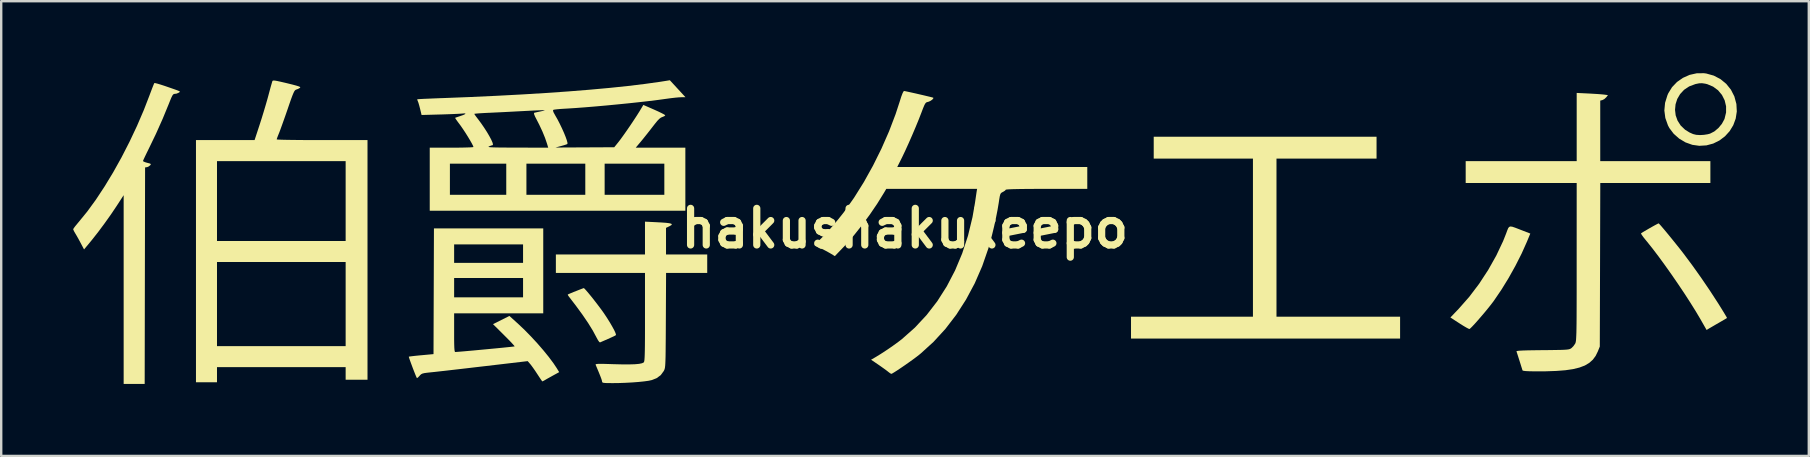
<source format=kicad_pcb>
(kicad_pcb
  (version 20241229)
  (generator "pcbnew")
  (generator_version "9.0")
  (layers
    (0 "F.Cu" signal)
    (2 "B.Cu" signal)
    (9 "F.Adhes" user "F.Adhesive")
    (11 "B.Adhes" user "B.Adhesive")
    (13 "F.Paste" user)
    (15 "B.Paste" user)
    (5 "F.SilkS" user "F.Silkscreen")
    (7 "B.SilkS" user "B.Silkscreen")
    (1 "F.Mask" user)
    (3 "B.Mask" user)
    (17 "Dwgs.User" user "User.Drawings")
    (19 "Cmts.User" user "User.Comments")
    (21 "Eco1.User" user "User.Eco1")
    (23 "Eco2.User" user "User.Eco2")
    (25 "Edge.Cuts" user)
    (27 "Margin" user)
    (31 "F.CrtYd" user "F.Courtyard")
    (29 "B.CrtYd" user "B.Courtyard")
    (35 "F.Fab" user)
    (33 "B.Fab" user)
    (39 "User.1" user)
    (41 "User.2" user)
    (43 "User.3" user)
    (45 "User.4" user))
  (footprint "hakushakukeepo"
    (layer "F.Cu")
    (at 34.649 6.466)
    (property "Reference" "hakushakukeepo" (at 0 0 0) (layer "F.SilkS") (effects (font (size 1.524 1.524) (thickness 0.3))))
    (attr board_only exclude_from_pos_files exclude_from_bom)
    (fp_poly (pts (xy 19.654 -2.908) (xy 15.485 -2.908) (xy 15.485 3.679) (xy 20.635 3.679) (xy 20.635 4.59) (xy 9.424 4.59) (xy 9.424 3.679) (xy 14.504 3.679) (xy 14.504 -2.908) (xy 10.37 -2.908) (xy 10.37 -3.819) (xy 19.654 -3.819)) (stroke (width 0) (type solid)) (fill yes) (layer "F.SilkS"))
    (fp_poly (pts (xy 25.309 -0.07) (xy 25.425 -0.031) (xy 25.591 0.033) (xy 25.691 0.072) (xy 26.06 0.215) (xy 25.92 0.554) (xy 25.7 1.046) (xy 25.441 1.557) (xy 25.156 2.068) (xy 24.856 2.555) (xy 24.554 2.999) (xy 24.499 3.074) (xy 24.399 3.204) (xy 24.278 3.355) (xy 24.144 3.517) (xy 24.005 3.68) (xy 23.87 3.836) (xy 23.746 3.975) (xy 23.641 4.087) (xy 23.565 4.162) (xy 23.526 4.193) (xy 23.485 4.179) (xy 23.397 4.133) (xy 23.276 4.062) (xy 23.134 3.973) (xy 23.111 3.958) (xy 22.731 3.712) (xy 23.077 3.35) (xy 23.515 2.853) (xy 23.928 2.308) (xy 24.307 1.728) (xy 24.643 1.131) (xy 24.927 0.53) (xy 25.051 0.218) (xy 25.099 0.087) (xy 25.136 -0.004) (xy 25.176 -0.059) (xy 25.23 -0.08)) (stroke (width 0) (type solid)) (fill yes) (layer "F.SilkS"))
    (fp_poly (pts (xy -13.342 2.514) (xy -13.275 2.587) (xy -13.181 2.697) (xy -13.069 2.833) (xy -12.947 2.987) (xy -12.822 3.148) (xy -12.702 3.307) (xy -12.594 3.454) (xy -12.535 3.538) (xy -12.405 3.734) (xy -12.287 3.923) (xy -12.186 4.097) (xy -12.106 4.245) (xy -12.054 4.36) (xy -12.034 4.431) (xy -12.039 4.448) (xy -12.087 4.476) (xy -12.198 4.529) (xy -12.372 4.608) (xy -12.611 4.712) (xy -12.701 4.751) (xy -12.733 4.729) (xy -12.783 4.659) (xy -12.842 4.553) (xy -12.85 4.537) (xy -13.001 4.256) (xy -13.195 3.942) (xy -13.434 3.591) (xy -13.72 3.201) (xy -13.992 2.848) (xy -14.034 2.787) (xy -14.044 2.755) (xy -14.044 2.755) (xy -14.004 2.736) (xy -13.917 2.699) (xy -13.801 2.651) (xy -13.672 2.6) (xy -13.548 2.551) (xy -13.447 2.512) (xy -13.385 2.49) (xy -13.375 2.487)) (stroke (width 0) (type solid)) (fill yes) (layer "F.SilkS"))
    (fp_poly (pts (xy 31.435 -0.184) (xy 31.501 -0.112) (xy 31.596 -0.001) (xy 31.714 0.139) (xy 31.847 0.301) (xy 31.989 0.475) (xy 32.133 0.654) (xy 32.272 0.828) (xy 32.399 0.99) (xy 32.446 1.051) (xy 32.805 1.532) (xy 33.173 2.049) (xy 33.532 2.576) (xy 33.863 3.085) (xy 33.904 3.149) (xy 34.015 3.327) (xy 34.111 3.483) (xy 34.187 3.609) (xy 34.237 3.695) (xy 34.256 3.732) (xy 34.256 3.733) (xy 34.223 3.753) (xy 34.143 3.801) (xy 34.029 3.867) (xy 33.931 3.924) (xy 33.786 4.007) (xy 33.653 4.085) (xy 33.55 4.145) (xy 33.51 4.168) (xy 33.405 4.232) (xy 33.143 3.773) (xy 32.95 3.448) (xy 32.725 3.088) (xy 32.476 2.703) (xy 32.21 2.307) (xy 31.936 1.909) (xy 31.662 1.523) (xy 31.397 1.16) (xy 31.147 0.832) (xy 30.922 0.55) (xy 30.869 0.486) (xy 30.779 0.375) (xy 30.712 0.282) (xy 30.676 0.223) (xy 30.674 0.208) (xy 30.708 0.183) (xy 30.789 0.133) (xy 30.901 0.067) (xy 31.029 -0.007) (xy 31.158 -0.08) (xy 31.274 -0.144) (xy 31.362 -0.19) (xy 31.405 -0.21) (xy 31.406 -0.21)) (stroke (width 0) (type solid)) (fill yes) (layer "F.SilkS"))
    (fp_poly (pts (xy 33.392 -6.453) (xy 33.703 -6.366) (xy 33.983 -6.22) (xy 34.224 -6.022) (xy 34.419 -5.779) (xy 34.562 -5.499) (xy 34.646 -5.186) (xy 34.647 -5.184) (xy 34.664 -4.872) (xy 34.618 -4.575) (xy 34.517 -4.3) (xy 34.366 -4.052) (xy 34.172 -3.838) (xy 33.942 -3.664) (xy 33.682 -3.535) (xy 33.399 -3.459) (xy 33.1 -3.441) (xy 32.81 -3.482) (xy 32.525 -3.584) (xy 32.262 -3.741) (xy 32.034 -3.943) (xy 31.855 -4.179) (xy 31.796 -4.29) (xy 31.686 -4.6) (xy 31.645 -4.914) (xy 31.648 -4.94) (xy 32.09 -4.94) (xy 32.117 -4.71) (xy 32.196 -4.489) (xy 32.326 -4.286) (xy 32.509 -4.111) (xy 32.695 -3.996) (xy 32.841 -3.931) (xy 32.97 -3.899) (xy 33.122 -3.889) (xy 33.142 -3.889) (xy 33.297 -3.898) (xy 33.454 -3.923) (xy 33.548 -3.948) (xy 33.726 -4.039) (xy 33.898 -4.183) (xy 34.044 -4.36) (xy 34.148 -4.552) (xy 34.153 -4.566) (xy 34.217 -4.829) (xy 34.217 -5.088) (xy 34.158 -5.335) (xy 34.045 -5.56) (xy 33.883 -5.754) (xy 33.677 -5.906) (xy 33.433 -6.009) (xy 33.347 -6.03) (xy 33.215 -6.049) (xy 33.095 -6.045) (xy 32.952 -6.016) (xy 32.933 -6.011) (xy 32.678 -5.915) (xy 32.467 -5.774) (xy 32.302 -5.596) (xy 32.183 -5.393) (xy 32.112 -5.171) (xy 32.09 -4.94) (xy 31.648 -4.94) (xy 31.675 -5.231) (xy 31.775 -5.552) (xy 31.808 -5.627) (xy 31.965 -5.883) (xy 32.173 -6.101) (xy 32.421 -6.273) (xy 32.697 -6.396) (xy 32.991 -6.462) (xy 33.292 -6.466)) (stroke (width 0) (type solid)) (fill yes) (layer "F.SilkS"))
    (fp_poly (pts (xy -26.244 -6.158) (xy -26.147 -6.141) (xy -26.005 -6.11) (xy -25.807 -6.064) (xy -25.736 -6.047) (xy -25.521 -5.994) (xy -25.367 -5.953) (xy -25.265 -5.922) (xy -25.208 -5.898) (xy -25.188 -5.878) (xy -25.197 -5.859) (xy -25.2 -5.857) (xy -25.276 -5.813) (xy -25.35 -5.786) (xy -25.381 -5.773) (xy -25.41 -5.75) (xy -25.44 -5.706) (xy -25.475 -5.634) (xy -25.519 -5.527) (xy -25.575 -5.376) (xy -25.646 -5.172) (xy -25.714 -4.973) (xy -25.796 -4.736) (xy -25.877 -4.507) (xy -25.951 -4.3) (xy -26.014 -4.127) (xy -26.061 -4.001) (xy -26.077 -3.962) (xy -26.124 -3.845) (xy -26.158 -3.754) (xy -26.171 -3.708) (xy -26.171 -3.708) (xy -26.137 -3.702) (xy -26.039 -3.697) (xy -25.884 -3.692) (xy -25.678 -3.688) (xy -25.428 -3.685) (xy -25.139 -3.682) (xy -24.819 -3.68) (xy -24.473 -3.679) (xy -24.279 -3.679) (xy -22.387 -3.679) (xy -22.387 6.306) (xy -23.298 6.306) (xy -23.298 5.781) (xy -28.658 5.781) (xy -28.658 6.411) (xy -29.534 6.411) (xy -29.534 4.905) (xy -28.658 4.905) (xy -23.298 4.905) (xy -23.298 1.401) (xy -28.658 1.401) (xy -28.658 4.905) (xy -29.534 4.905) (xy -29.534 0.526) (xy -28.658 0.526) (xy -23.298 0.526) (xy -23.298 -2.803) (xy -28.658 -2.803) (xy -28.658 0.526) (xy -29.534 0.526) (xy -29.534 -3.679) (xy -27.092 -3.679) (xy -26.882 -4.318) (xy -26.801 -4.571) (xy -26.715 -4.851) (xy -26.631 -5.133) (xy -26.557 -5.39) (xy -26.522 -5.518) (xy -26.471 -5.709) (xy -26.425 -5.88) (xy -26.386 -6.016) (xy -26.36 -6.106) (xy -26.351 -6.134) (xy -26.336 -6.153) (xy -26.303 -6.161)) (stroke (width 0) (type solid)) (fill yes) (layer "F.SilkS"))
    (fp_poly (pts (xy -31.228 -6.053) (xy -31.136 -6.03) (xy -31.003 -5.99) (xy -30.843 -5.938) (xy -30.802 -5.924) (xy -30.582 -5.848) (xy -30.421 -5.792) (xy -30.311 -5.752) (xy -30.243 -5.724) (xy -30.21 -5.705) (xy -30.204 -5.691) (xy -30.217 -5.678) (xy -30.242 -5.661) (xy -30.25 -5.655) (xy -30.339 -5.616) (xy -30.41 -5.606) (xy -30.449 -5.601) (xy -30.483 -5.58) (xy -30.518 -5.533) (xy -30.56 -5.448) (xy -30.615 -5.316) (xy -30.67 -5.178) (xy -30.92 -4.57) (xy -31.199 -3.945) (xy -31.491 -3.339) (xy -31.494 -3.333) (xy -31.578 -3.162) (xy -31.65 -3.013) (xy -31.705 -2.896) (xy -31.736 -2.824) (xy -31.741 -2.807) (xy -31.71 -2.781) (xy -31.631 -2.751) (xy -31.564 -2.732) (xy -31.463 -2.706) (xy -31.418 -2.684) (xy -31.42 -2.657) (xy -31.445 -2.626) (xy -31.522 -2.57) (xy -31.578 -2.551) (xy -31.654 -2.54) (xy -31.663 1.971) (xy -31.671 6.481) (xy -32.547 6.481) (xy -32.547 -1.384) (xy -32.83 -0.948) (xy -33.069 -0.592) (xy -33.332 -0.222) (xy -33.601 0.14) (xy -33.861 0.471) (xy -33.956 0.587) (xy -34.197 0.876) (xy -34.341 0.604) (xy -34.418 0.461) (xy -34.494 0.325) (xy -34.556 0.22) (xy -34.567 0.202) (xy -34.617 0.114) (xy -34.646 0.048) (xy -34.649 0.034) (xy -34.627 -0.007) (xy -34.569 -0.086) (xy -34.483 -0.191) (xy -34.422 -0.264) (xy -34.065 -0.701) (xy -33.703 -1.198) (xy -33.341 -1.747) (xy -32.983 -2.337) (xy -32.636 -2.959) (xy -32.305 -3.605) (xy -31.993 -4.266) (xy -31.707 -4.931) (xy -31.475 -5.53) (xy -31.409 -5.706) (xy -31.351 -5.858) (xy -31.305 -5.974) (xy -31.275 -6.043) (xy -31.268 -6.056)) (stroke (width 0) (type solid)) (fill yes) (layer "F.SilkS"))
    (fp_poly (pts (xy -10.414 -0.261) (xy -10.15 -0.247) (xy -9.952 -0.233) (xy -9.815 -0.216) (xy -9.734 -0.195) (xy -9.706 -0.17) (xy -9.726 -0.139) (xy -9.789 -0.1) (xy -9.827 -0.081) (xy -9.95 -0.022) (xy -9.95 1.086) (xy -8.233 1.086) (xy -8.233 1.857) (xy -9.947 1.857) (xy -9.957 3.828) (xy -9.959 4.249) (xy -9.961 4.605) (xy -9.964 4.904) (xy -9.966 5.149) (xy -9.969 5.348) (xy -9.974 5.506) (xy -9.979 5.628) (xy -9.985 5.721) (xy -9.993 5.791) (xy -10.003 5.842) (xy -10.015 5.881) (xy -10.03 5.914) (xy -10.046 5.945) (xy -10.171 6.115) (xy -10.343 6.241) (xy -10.545 6.32) (xy -10.679 6.349) (xy -10.87 6.375) (xy -11.105 6.399) (xy -11.371 6.419) (xy -11.654 6.434) (xy -11.942 6.444) (xy -12.166 6.446) (xy -12.351 6.445) (xy -12.476 6.442) (xy -12.555 6.434) (xy -12.596 6.42) (xy -12.611 6.4) (xy -12.613 6.385) (xy -12.621 6.343) (xy -12.644 6.268) (xy -12.687 6.154) (xy -12.752 5.993) (xy -12.842 5.778) (xy -12.883 5.68) (xy -12.881 5.664) (xy -12.853 5.652) (xy -12.792 5.646) (xy -12.69 5.643) (xy -12.539 5.645) (xy -12.331 5.651) (xy -12.15 5.657) (xy -11.785 5.666) (xy -11.486 5.667) (xy -11.25 5.66) (xy -11.072 5.644) (xy -10.951 5.619) (xy -10.881 5.586) (xy -10.876 5.581) (xy -10.865 5.561) (xy -10.855 5.522) (xy -10.847 5.459) (xy -10.841 5.366) (xy -10.836 5.238) (xy -10.832 5.069) (xy -10.829 4.855) (xy -10.827 4.589) (xy -10.826 4.266) (xy -10.826 3.88) (xy -10.826 3.694) (xy -10.826 1.857) (xy -14.539 1.857) (xy -14.539 1.086) (xy -10.826 1.086) (xy -10.826 -0.281)) (stroke (width 0) (type solid)) (fill yes) (layer "F.SilkS"))
    (fp_poly (pts (xy 28.492 -5.62) (xy 28.686 -5.609) (xy 28.869 -5.598) (xy 29.022 -5.586) (xy 29.127 -5.576) (xy 29.143 -5.574) (xy 29.295 -5.553) (xy 29.223 -5.461) (xy 29.145 -5.388) (xy 29.062 -5.346) (xy 28.974 -5.324) (xy 28.974 -2.803) (xy 33.563 -2.803) (xy 33.563 -1.892) (xy 28.976 -1.892) (xy 28.966 1.515) (xy 28.956 4.922) (xy 28.873 5.128) (xy 28.782 5.313) (xy 28.665 5.471) (xy 28.517 5.603) (xy 28.334 5.712) (xy 28.11 5.797) (xy 27.841 5.863) (xy 27.52 5.91) (xy 27.144 5.939) (xy 26.707 5.954) (xy 26.434 5.956) (xy 26.183 5.955) (xy 25.995 5.951) (xy 25.863 5.944) (xy 25.78 5.934) (xy 25.74 5.92) (xy 25.734 5.912) (xy 25.719 5.862) (xy 25.687 5.761) (xy 25.645 5.626) (xy 25.611 5.518) (xy 25.563 5.368) (xy 25.523 5.242) (xy 25.494 5.154) (xy 25.483 5.125) (xy 25.494 5.113) (xy 25.542 5.102) (xy 25.632 5.094) (xy 25.77 5.087) (xy 25.961 5.081) (xy 26.21 5.077) (xy 26.524 5.073) (xy 26.569 5.073) (xy 26.877 5.07) (xy 27.123 5.066) (xy 27.314 5.063) (xy 27.459 5.058) (xy 27.566 5.051) (xy 27.642 5.042) (xy 27.695 5.03) (xy 27.733 5.014) (xy 27.764 4.995) (xy 27.771 4.99) (xy 27.856 4.907) (xy 27.928 4.804) (xy 27.931 4.797) (xy 27.942 4.773) (xy 27.951 4.742) (xy 27.959 4.699) (xy 27.966 4.64) (xy 27.971 4.561) (xy 27.976 4.458) (xy 27.981 4.325) (xy 27.984 4.159) (xy 27.987 3.955) (xy 27.989 3.71) (xy 27.99 3.419) (xy 27.991 3.077) (xy 27.992 2.68) (xy 27.992 2.224) (xy 27.992 1.705) (xy 27.992 1.393) (xy 27.993 -1.892) (xy 23.368 -1.892) (xy 23.368 -2.803) (xy 27.993 -2.803) (xy 27.993 -5.644)) (stroke (width 0) (type solid)) (fill yes) (layer "F.SilkS"))
    (fp_poly (pts (xy -15.065 3.538) (xy -18.778 3.538) (xy -18.778 4.344) (xy -18.778 4.615) (xy -18.775 4.823) (xy -18.77 4.973) (xy -18.762 5.073) (xy -18.751 5.13) (xy -18.737 5.15) (xy -18.735 5.15) (xy -18.678 5.147) (xy -18.564 5.138) (xy -18.402 5.125) (xy -18.203 5.107) (xy -17.976 5.087) (xy -17.731 5.064) (xy -17.476 5.04) (xy -17.222 5.016) (xy -16.979 4.993) (xy -16.756 4.971) (xy -16.563 4.951) (xy -16.409 4.935) (xy -16.304 4.923) (xy -16.258 4.917) (xy -16.257 4.916) (xy -16.275 4.888) (xy -16.336 4.819) (xy -16.432 4.716) (xy -16.556 4.589) (xy -16.699 4.446) (xy -17.158 3.99) (xy -16.475 3.647) (xy -16.094 3.992) (xy -15.837 4.236) (xy -15.573 4.506) (xy -15.31 4.79) (xy -15.061 5.078) (xy -14.835 5.356) (xy -14.643 5.613) (xy -14.507 5.816) (xy -14.401 5.989) (xy -14.637 6.118) (xy -14.768 6.191) (xy -14.891 6.259) (xy -14.979 6.31) (xy -14.981 6.312) (xy -15.056 6.354) (xy -15.101 6.374) (xy -15.104 6.374) (xy -15.127 6.346) (xy -15.18 6.27) (xy -15.252 6.161) (xy -15.31 6.073) (xy -15.405 5.929) (xy -15.499 5.795) (xy -15.578 5.688) (xy -15.608 5.652) (xy -15.713 5.53) (xy -17.517 5.742) (xy -17.881 5.784) (xy -18.236 5.826) (xy -18.574 5.865) (xy -18.887 5.901) (xy -19.165 5.933) (xy -19.401 5.959) (xy -19.586 5.98) (xy -19.711 5.993) (xy -19.724 5.994) (xy -19.899 6.013) (xy -20.018 6.029) (xy -20.097 6.049) (xy -20.15 6.075) (xy -20.193 6.113) (xy -20.22 6.144) (xy -20.281 6.208) (xy -20.323 6.237) (xy -20.329 6.236) (xy -20.35 6.195) (xy -20.388 6.106) (xy -20.437 5.982) (xy -20.493 5.839) (xy -20.548 5.691) (xy -20.599 5.553) (xy -20.639 5.44) (xy -20.663 5.366) (xy -20.666 5.345) (xy -20.628 5.337) (xy -20.534 5.325) (xy -20.394 5.309) (xy -20.223 5.292) (xy -20.145 5.285) (xy -19.637 5.238) (xy -19.629 2.873) (xy -18.778 2.873) (xy -15.906 2.873) (xy -15.906 2.067) (xy -18.778 2.067) (xy -18.778 2.873) (xy -19.629 2.873) (xy -19.628 2.619) (xy -19.624 1.436) (xy -18.778 1.436) (xy -15.906 1.436) (xy -15.906 0.666) (xy -18.778 0.666) (xy -18.778 1.436) (xy -19.624 1.436) (xy -19.619 0) (xy -15.065 0)) (stroke (width 0) (type solid)) (fill yes) (layer "F.SilkS"))
    (fp_poly (pts (xy 0.021 -5.716) (xy 0.125 -5.694) (xy 0.266 -5.663) (xy 0.433 -5.626) (xy 0.61 -5.585) (xy 0.784 -5.545) (xy 0.943 -5.507) (xy 1.072 -5.476) (xy 1.159 -5.453) (xy 1.188 -5.444) (xy 1.184 -5.409) (xy 1.136 -5.359) (xy 1.063 -5.31) (xy 0.984 -5.275) (xy 0.964 -5.27) (xy 0.917 -5.259) (xy 0.88 -5.236) (xy 0.845 -5.193) (xy 0.806 -5.116) (xy 0.757 -4.997) (xy 0.691 -4.824) (xy 0.684 -4.806) (xy 0.575 -4.526) (xy 0.445 -4.21) (xy 0.303 -3.876) (xy 0.157 -3.544) (xy 0.016 -3.234) (xy -0.112 -2.965) (xy -0.145 -2.899) (xy -0.316 -2.558) (xy 7.602 -2.558) (xy 7.602 -1.647) (xy 5.903 -1.647) (xy 5.454 -1.646) (xy 5.073 -1.644) (xy 4.761 -1.64) (xy 4.518 -1.635) (xy 4.344 -1.628) (xy 4.239 -1.62) (xy 4.204 -1.611) (xy 4.176 -1.574) (xy 4.105 -1.529) (xy 4.087 -1.52) (xy 4.038 -1.494) (xy 4.002 -1.464) (xy 3.977 -1.417) (xy 3.956 -1.339) (xy 3.935 -1.217) (xy 3.911 -1.056) (xy 3.862 -0.766) (xy 3.796 -0.432) (xy 3.718 -0.076) (xy 3.632 0.28) (xy 3.544 0.614) (xy 3.482 0.829) (xy 3.224 1.574) (xy 2.913 2.287) (xy 2.551 2.964) (xy 2.143 3.599) (xy 1.69 4.189) (xy 1.196 4.727) (xy 0.665 5.21) (xy 0.595 5.267) (xy 0.478 5.358) (xy 0.334 5.465) (xy 0.172 5.581) (xy 0.004 5.699) (xy -0.16 5.811) (xy -0.309 5.911) (xy -0.433 5.99) (xy -0.521 6.043) (xy -0.563 6.061) (xy -0.605 6.04) (xy -0.675 5.989) (xy -0.694 5.973) (xy -0.768 5.916) (xy -0.882 5.833) (xy -1.017 5.737) (xy -1.102 5.678) (xy -1.406 5.471) (xy -1.237 5.374) (xy -1.014 5.238) (xy -0.761 5.073) (xy -0.503 4.896) (xy -0.265 4.723) (xy -0.116 4.608) (xy 0.418 4.135) (xy 0.908 3.61) (xy 1.352 3.035) (xy 1.748 2.414) (xy 2.094 1.75) (xy 2.389 1.046) (xy 2.632 0.305) (xy 2.82 -0.471) (xy 2.924 -1.069) (xy 2.948 -1.235) (xy 2.97 -1.385) (xy 2.987 -1.499) (xy 2.995 -1.55) (xy 3.011 -1.647) (xy -0.772 -1.647) (xy -0.868 -1.484) (xy -1.143 -1.04) (xy -1.451 -0.586) (xy -1.779 -0.14) (xy -2.115 0.282) (xy -2.445 0.662) (xy -2.575 0.8) (xy -2.916 1.155) (xy -3.061 1.066) (xy -3.161 1.008) (xy -3.298 0.933) (xy -3.448 0.855) (xy -3.49 0.833) (xy -3.774 0.69) (xy -3.552 0.482) (xy -3.389 0.319) (xy -3.198 0.115) (xy -2.995 -0.116) (xy -2.791 -0.358) (xy -2.6 -0.597) (xy -2.53 -0.688) (xy -2.113 -1.28) (xy -1.709 -1.926) (xy -1.327 -2.612) (xy -0.974 -3.324) (xy -0.657 -4.045) (xy -0.384 -4.762) (xy -0.217 -5.273) (xy -0.15 -5.485) (xy -0.095 -5.63) (xy -0.054 -5.708) (xy -0.031 -5.725)) (stroke (width 0) (type solid)) (fill yes) (layer "F.SilkS"))
    (fp_poly (pts (xy -9.464 -5.819) (xy -9.138 -5.465) (xy -9.314 -5.465) (xy -9.417 -5.46) (xy -9.569 -5.446) (xy -9.75 -5.425) (xy -9.941 -5.399) (xy -9.957 -5.397) (xy -10.27 -5.354) (xy -10.64 -5.308) (xy -11.054 -5.261) (xy -11.499 -5.213) (xy -11.961 -5.167) (xy -12.428 -5.122) (xy -12.887 -5.081) (xy -13.323 -5.045) (xy -13.725 -5.015) (xy -14.08 -4.992) (xy -14.16 -4.988) (xy -14.332 -4.977) (xy -14.48 -4.964) (xy -14.589 -4.951) (xy -14.645 -4.939) (xy -14.647 -4.938) (xy -14.659 -4.903) (xy -14.633 -4.829) (xy -14.566 -4.708) (xy -14.566 -4.707) (xy -14.47 -4.54) (xy -14.375 -4.356) (xy -14.284 -4.166) (xy -14.201 -3.981) (xy -14.133 -3.813) (xy -14.083 -3.672) (xy -14.056 -3.57) (xy -14.058 -3.518) (xy -14.059 -3.517) (xy -14.1 -3.499) (xy -14.191 -3.469) (xy -14.311 -3.435) (xy -14.318 -3.433) (xy -14.557 -3.369) (xy -13.332 -3.375) (xy -12.107 -3.381) (xy -11.937 -3.591) (xy -11.845 -3.711) (xy -11.725 -3.877) (xy -11.587 -4.073) (xy -11.441 -4.285) (xy -11.298 -4.499) (xy -11.166 -4.701) (xy -11.055 -4.877) (xy -11.024 -4.928) (xy -10.894 -5.145) (xy -10.44 -4.946) (xy -10.276 -4.872) (xy -10.139 -4.806) (xy -10.038 -4.753) (xy -9.987 -4.719) (xy -9.982 -4.712) (xy -10.011 -4.681) (xy -10.084 -4.648) (xy -10.102 -4.642) (xy -10.163 -4.615) (xy -10.23 -4.564) (xy -10.312 -4.48) (xy -10.416 -4.352) (xy -10.504 -4.239) (xy -10.634 -4.071) (xy -10.774 -3.894) (xy -10.905 -3.73) (xy -10.998 -3.617) (xy -11.212 -3.363) (xy -9.144 -3.363) (xy -9.144 -0.736) (xy -19.794 -0.736) (xy -19.794 -1.401) (xy -18.954 -1.401) (xy -16.606 -1.401) (xy -15.766 -1.401) (xy -13.313 -1.401) (xy -12.507 -1.401) (xy -10.02 -1.401) (xy -10.02 -2.698) (xy -12.507 -2.698) (xy -12.507 -1.401) (xy -13.313 -1.401) (xy -13.313 -2.698) (xy -15.766 -2.698) (xy -15.766 -1.401) (xy -16.606 -1.401) (xy -16.606 -2.698) (xy -18.954 -2.698) (xy -18.954 -1.401) (xy -19.794 -1.401) (xy -19.794 -3.363) (xy -18.884 -3.363) (xy -18.639 -3.364) (xy -18.42 -3.367) (xy -18.234 -3.372) (xy -18.092 -3.377) (xy -18.001 -3.384) (xy -17.973 -3.391) (xy -17.991 -3.443) (xy -18.041 -3.541) (xy -18.115 -3.671) (xy -18.205 -3.821) (xy -18.303 -3.978) (xy -18.403 -4.129) (xy -18.495 -4.263) (xy -18.538 -4.322) (xy -18.626 -4.439) (xy -18.693 -4.533) (xy -18.731 -4.592) (xy -18.737 -4.606) (xy -18.7 -4.621) (xy -18.617 -4.649) (xy -18.533 -4.677) (xy -18.399 -4.724) (xy -18.322 -4.761) (xy -18.315 -4.771) (xy -17.938 -4.771) (xy -17.918 -4.736) (xy -17.865 -4.661) (xy -17.791 -4.564) (xy -17.785 -4.557) (xy -17.653 -4.379) (xy -17.527 -4.196) (xy -17.411 -4.016) (xy -17.312 -3.847) (xy -17.233 -3.7) (xy -17.181 -3.581) (xy -17.159 -3.501) (xy -17.173 -3.467) (xy -17.176 -3.467) (xy -17.236 -3.452) (xy -17.322 -3.418) (xy -17.325 -3.417) (xy -17.345 -3.405) (xy -17.342 -3.394) (xy -17.31 -3.386) (xy -17.242 -3.38) (xy -17.134 -3.375) (xy -16.98 -3.371) (xy -16.773 -3.369) (xy -16.508 -3.367) (xy -16.18 -3.366) (xy -16.144 -3.366) (xy -14.858 -3.363) (xy -14.909 -3.533) (xy -14.99 -3.77) (xy -15.1 -4.039) (xy -15.23 -4.317) (xy -15.33 -4.512) (xy -15.408 -4.664) (xy -15.447 -4.762) (xy -15.449 -4.811) (xy -15.442 -4.816) (xy -15.385 -4.83) (xy -15.284 -4.852) (xy -15.193 -4.871) (xy -15.088 -4.894) (xy -15.019 -4.914) (xy -15.002 -4.924) (xy -15.039 -4.926) (xy -15.137 -4.923) (xy -15.285 -4.918) (xy -15.475 -4.91) (xy -15.698 -4.899) (xy -15.907 -4.888) (xy -16.192 -4.873) (xy -16.491 -4.857) (xy -16.786 -4.842) (xy -17.058 -4.829) (xy -17.287 -4.818) (xy -17.368 -4.815) (xy -17.559 -4.805) (xy -17.723 -4.795) (xy -17.847 -4.785) (xy -17.922 -4.776) (xy -17.938 -4.771) (xy -18.315 -4.771) (xy -18.305 -4.785) (xy -18.351 -4.792) (xy -18.428 -4.786) (xy -18.51 -4.78) (xy -18.649 -4.772) (xy -18.832 -4.764) (xy -19.046 -4.756) (xy -19.279 -4.748) (xy -19.36 -4.746) (xy -20.134 -4.725) (xy -20.196 -4.981) (xy -20.231 -5.115) (xy -20.264 -5.229) (xy -20.29 -5.298) (xy -20.292 -5.302) (xy -20.314 -5.359) (xy -20.313 -5.379) (xy -20.276 -5.383) (xy -20.178 -5.39) (xy -20.027 -5.398) (xy -19.832 -5.406) (xy -19.602 -5.416) (xy -19.346 -5.426) (xy -19.25 -5.429) (xy -18.1 -5.474) (xy -16.998 -5.525) (xy -15.947 -5.581) (xy -14.949 -5.642) (xy -14.006 -5.708) (xy -13.121 -5.779) (xy -12.295 -5.854) (xy -11.532 -5.934) (xy -10.833 -6.019) (xy -10.2 -6.107) (xy -9.931 -6.15) (xy -9.79 -6.173)) (stroke (width 0) (type solid)) (fill yes) (layer "F.SilkS")))
  (gr_rect
    (start -3 -3)
    (end 72.313 15.947)
    (stroke (width 0.1) (type default))
    (fill no)
    (layer "Edge.Cuts")))
</source>
